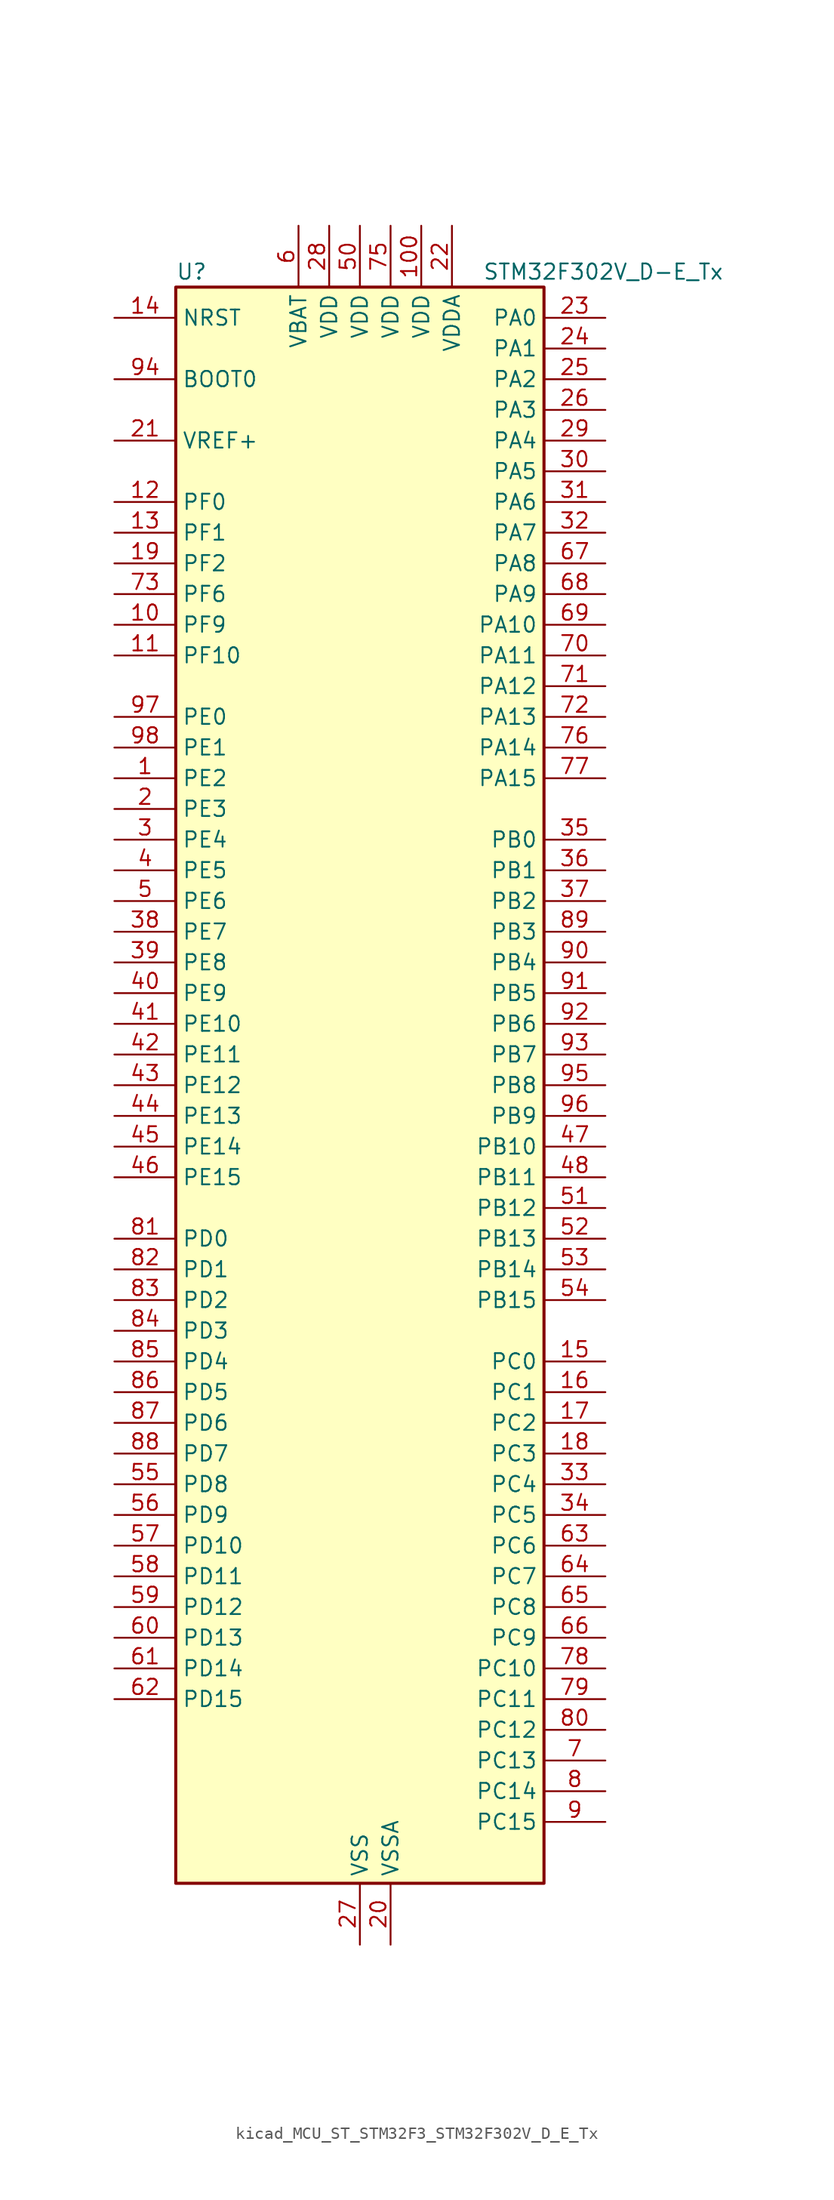
<source format=kicad_sym>
(kicad_symbol_lib
  (version 20220914)
  (generator kicad_symbol_editor)
  (symbol "kicad_MCU_ST_STM32F3_STM32F302V_D_E_Tx"
    (property "Reference" "U"
      (at -15.24 67.31 0)
      (effects (font (size 1.27 1.27)) (justify left)))
    (property "Value" "STM32F302V_D-E_Tx"
      (at 10.16 67.31 0)
      (effects (font (size 1.27 1.27)) (justify left)))
    (property "ki_locked" ""
      (at 0 0 0)
      (effects (font (size 1.27 1.27))))
    (symbol "kicad_MCU_ST_STM32F3_STM32F302V_D_E_Tx_0_1"
      (rectangle (start -15.24 -66.04) (end 15.24 66.04) (stroke (width 0.254) (type default)) (fill (type background))))
    (symbol "kicad_MCU_ST_STM32F3_STM32F302V_D_E_Tx_1_1"
      (pin bidirectional line (at -20.32 25.4 0) (length 5.08) (name "PE2" (effects (font (size 1.27 1.27)))) (number "1" (effects (font (size 1.27 1.27)))) (alternate "FMC_A23" bidirectional line) (alternate "SPI4_SCK" bidirectional line) (alternate "SYS_TRACECK" bidirectional line) (alternate "TIM3_CH1" bidirectional line) (alternate "TSC_G7_IO1" bidirectional line))
      (pin bidirectional line (at -20.32 38.1 0) (length 5.08) (name "PF9" (effects (font (size 1.27 1.27)))) (number "10" (effects (font (size 1.27 1.27)))) (alternate "DAC1_EXTI9" bidirectional line) (alternate "FMC_CD" bidirectional line) (alternate "SPI2_SCK" bidirectional line) (alternate "TIM15_CH1" bidirectional line))
      (pin power_in line (at 5.08 71.12 270) (length 5.08) (name "VDD" (effects (font (size 1.27 1.27)))) (number "100" (effects (font (size 1.27 1.27)))))
      (pin bidirectional line (at -20.32 35.56 0) (length 5.08) (name "PF10" (effects (font (size 1.27 1.27)))) (number "11" (effects (font (size 1.27 1.27)))) (alternate "FMC_INTR" bidirectional line) (alternate "SPI2_SCK" bidirectional line) (alternate "TIM15_CH2" bidirectional line))
      (pin bidirectional line (at -20.32 48.26 0) (length 5.08) (name "PF0" (effects (font (size 1.27 1.27)))) (number "12" (effects (font (size 1.27 1.27)))) (alternate "I2C2_SDA" bidirectional line) (alternate "I2S2_WS" bidirectional line) (alternate "RCC_OSC_IN" bidirectional line) (alternate "SPI2_NSS" bidirectional line) (alternate "TIM1_CH3N" bidirectional line))
      (pin bidirectional line (at -20.32 45.72 0) (length 5.08) (name "PF1" (effects (font (size 1.27 1.27)))) (number "13" (effects (font (size 1.27 1.27)))) (alternate "I2C2_SCL" bidirectional line) (alternate "I2S2_CK" bidirectional line) (alternate "RCC_OSC_OUT" bidirectional line) (alternate "SPI2_SCK" bidirectional line))
      (pin input line (at -20.32 63.5 0) (length 5.08) (name "NRST" (effects (font (size 1.27 1.27)))) (number "14" (effects (font (size 1.27 1.27)))))
      (pin bidirectional line (at 20.32 -22.86 180) (length 5.08) (name "PC0" (effects (font (size 1.27 1.27)))) (number "15" (effects (font (size 1.27 1.27)))) (alternate "ADC1_IN6" bidirectional line) (alternate "ADC2_IN6" bidirectional line) (alternate "TIM1_CH1" bidirectional line))
      (pin bidirectional line (at 20.32 -25.4 180) (length 5.08) (name "PC1" (effects (font (size 1.27 1.27)))) (number "16" (effects (font (size 1.27 1.27)))) (alternate "ADC1_IN7" bidirectional line) (alternate "ADC2_IN7" bidirectional line) (alternate "TIM1_CH2" bidirectional line))
      (pin bidirectional line (at 20.32 -27.94 180) (length 5.08) (name "PC2" (effects (font (size 1.27 1.27)))) (number "17" (effects (font (size 1.27 1.27)))) (alternate "ADC1_IN8" bidirectional line) (alternate "ADC2_IN8" bidirectional line) (alternate "TIM1_CH3" bidirectional line))
      (pin bidirectional line (at 20.32 -30.48 180) (length 5.08) (name "PC3" (effects (font (size 1.27 1.27)))) (number "18" (effects (font (size 1.27 1.27)))) (alternate "ADC1_IN9" bidirectional line) (alternate "ADC2_IN9" bidirectional line) (alternate "TIM1_BKIN2" bidirectional line) (alternate "TIM1_CH4" bidirectional line))
      (pin bidirectional line (at -20.32 43.18 0) (length 5.08) (name "PF2" (effects (font (size 1.27 1.27)))) (number "19" (effects (font (size 1.27 1.27)))) (alternate "ADC1_IN10" bidirectional line) (alternate "ADC2_IN10" bidirectional line) (alternate "FMC_A2" bidirectional line))
      (pin bidirectional line (at -20.32 22.86 0) (length 5.08) (name "PE3" (effects (font (size 1.27 1.27)))) (number "2" (effects (font (size 1.27 1.27)))) (alternate "FMC_A19" bidirectional line) (alternate "SPI4_NSS" bidirectional line) (alternate "SYS_TRACED0" bidirectional line) (alternate "TIM3_CH2" bidirectional line) (alternate "TSC_G7_IO2" bidirectional line))
      (pin power_in line (at 2.54 -71.12 90) (length 5.08) (name "VSSA" (effects (font (size 1.27 1.27)))) (number "20" (effects (font (size 1.27 1.27)))))
      (pin input line (at -20.32 53.34 0) (length 5.08) (name "VREF+" (effects (font (size 1.27 1.27)))) (number "21" (effects (font (size 1.27 1.27)))))
      (pin power_in line (at 7.62 71.12 270) (length 5.08) (name "VDDA" (effects (font (size 1.27 1.27)))) (number "22" (effects (font (size 1.27 1.27)))))
      (pin bidirectional line (at 20.32 63.5 180) (length 5.08) (name "PA0" (effects (font (size 1.27 1.27)))) (number "23" (effects (font (size 1.27 1.27)))) (alternate "ADC1_IN1" bidirectional line) (alternate "COMP1_INM" bidirectional line) (alternate "COMP1_OUT" bidirectional line) (alternate "RTC_TAMP2" bidirectional line) (alternate "SYS_WKUP1" bidirectional line) (alternate "TIM2_CH1" bidirectional line) (alternate "TIM2_ETR" bidirectional line) (alternate "TSC_G1_IO1" bidirectional line) (alternate "USART2_CTS" bidirectional line))
      (pin bidirectional line (at 20.32 60.96 180) (length 5.08) (name "PA1" (effects (font (size 1.27 1.27)))) (number "24" (effects (font (size 1.27 1.27)))) (alternate "ADC1_IN2" bidirectional line) (alternate "COMP1_INP" bidirectional line) (alternate "OPAMP1_VINP" bidirectional line) (alternate "OPAMP1_VINP_SEC" bidirectional line) (alternate "RTC_REFIN" bidirectional line) (alternate "TIM15_CH1N" bidirectional line) (alternate "TIM2_CH2" bidirectional line) (alternate "TSC_G1_IO2" bidirectional line) (alternate "USART2_DE" bidirectional line) (alternate "USART2_RTS" bidirectional line))
      (pin bidirectional line (at 20.32 58.42 180) (length 5.08) (name "PA2" (effects (font (size 1.27 1.27)))) (number "25" (effects (font (size 1.27 1.27)))) (alternate "ADC1_IN3" bidirectional line) (alternate "COMP2_INM" bidirectional line) (alternate "COMP2_OUT" bidirectional line) (alternate "OPAMP1_VOUT" bidirectional line) (alternate "TIM15_CH1" bidirectional line) (alternate "TIM2_CH3" bidirectional line) (alternate "TSC_G1_IO3" bidirectional line) (alternate "USART2_TX" bidirectional line))
      (pin bidirectional line (at 20.32 55.88 180) (length 5.08) (name "PA3" (effects (font (size 1.27 1.27)))) (number "26" (effects (font (size 1.27 1.27)))) (alternate "ADC1_IN4" bidirectional line) (alternate "OPAMP1_VINM" bidirectional line) (alternate "OPAMP1_VINM_SEC" bidirectional line) (alternate "OPAMP1_VINP" bidirectional line) (alternate "OPAMP1_VINP_SEC" bidirectional line) (alternate "TIM15_CH2" bidirectional line) (alternate "TIM2_CH4" bidirectional line) (alternate "TSC_G1_IO4" bidirectional line) (alternate "USART2_RX" bidirectional line))
      (pin power_in line (at 0 -71.12 90) (length 5.08) (name "VSS" (effects (font (size 1.27 1.27)))) (number "27" (effects (font (size 1.27 1.27)))))
      (pin power_in line (at -2.54 71.12 270) (length 5.08) (name "VDD" (effects (font (size 1.27 1.27)))) (number "28" (effects (font (size 1.27 1.27)))))
      (pin bidirectional line (at 20.32 53.34 180) (length 5.08) (name "PA4" (effects (font (size 1.27 1.27)))) (number "29" (effects (font (size 1.27 1.27)))) (alternate "ADC2_IN1" bidirectional line) (alternate "COMP1_INM" bidirectional line) (alternate "COMP2_INM" bidirectional line) (alternate "COMP4_INM" bidirectional line) (alternate "COMP6_INM" bidirectional line) (alternate "DAC1_OUT1" bidirectional line) (alternate "I2S3_WS" bidirectional line) (alternate "SPI1_NSS" bidirectional line) (alternate "SPI3_NSS" bidirectional line) (alternate "TIM3_CH2" bidirectional line) (alternate "TSC_G2_IO1" bidirectional line) (alternate "USART2_CK" bidirectional line))
      (pin bidirectional line (at -20.32 20.32 0) (length 5.08) (name "PE4" (effects (font (size 1.27 1.27)))) (number "3" (effects (font (size 1.27 1.27)))) (alternate "FMC_A20" bidirectional line) (alternate "SPI4_NSS" bidirectional line) (alternate "SYS_TRACED1" bidirectional line) (alternate "TIM3_CH3" bidirectional line) (alternate "TSC_G7_IO3" bidirectional line))
      (pin bidirectional line (at 20.32 50.8 180) (length 5.08) (name "PA5" (effects (font (size 1.27 1.27)))) (number "30" (effects (font (size 1.27 1.27)))) (alternate "ADC2_IN2" bidirectional line) (alternate "COMP1_INM" bidirectional line) (alternate "COMP2_INM" bidirectional line) (alternate "COMP4_INM" bidirectional line) (alternate "COMP6_INM" bidirectional line) (alternate "OPAMP1_VINP" bidirectional line) (alternate "OPAMP1_VINP_SEC" bidirectional line) (alternate "OPAMP2_VINM" bidirectional line) (alternate "OPAMP2_VINM_SEC" bidirectional line) (alternate "SPI1_SCK" bidirectional line) (alternate "TIM2_CH1" bidirectional line) (alternate "TIM2_ETR" bidirectional line) (alternate "TSC_G2_IO2" bidirectional line))
      (pin bidirectional line (at 20.32 48.26 180) (length 5.08) (name "PA6" (effects (font (size 1.27 1.27)))) (number "31" (effects (font (size 1.27 1.27)))) (alternate "ADC2_IN3" bidirectional line) (alternate "COMP1_OUT" bidirectional line) (alternate "OPAMP2_VOUT" bidirectional line) (alternate "SPI1_MISO" bidirectional line) (alternate "TIM16_CH1" bidirectional line) (alternate "TIM1_BKIN" bidirectional line) (alternate "TIM3_CH1" bidirectional line) (alternate "TSC_G2_IO3" bidirectional line))
      (pin bidirectional line (at 20.32 45.72 180) (length 5.08) (name "PA7" (effects (font (size 1.27 1.27)))) (number "32" (effects (font (size 1.27 1.27)))) (alternate "ADC2_IN4" bidirectional line) (alternate "COMP2_INP" bidirectional line) (alternate "OPAMP1_VINP" bidirectional line) (alternate "OPAMP1_VINP_SEC" bidirectional line) (alternate "OPAMP2_VINP" bidirectional line) (alternate "OPAMP2_VINP_SEC" bidirectional line) (alternate "SPI1_MOSI" bidirectional line) (alternate "TIM17_CH1" bidirectional line) (alternate "TIM1_CH1N" bidirectional line) (alternate "TIM3_CH2" bidirectional line) (alternate "TSC_G2_IO4" bidirectional line))
      (pin bidirectional line (at 20.32 -33.02 180) (length 5.08) (name "PC4" (effects (font (size 1.27 1.27)))) (number "33" (effects (font (size 1.27 1.27)))) (alternate "ADC2_IN5" bidirectional line) (alternate "TIM1_ETR" bidirectional line) (alternate "USART1_TX" bidirectional line))
      (pin bidirectional line (at 20.32 -35.56 180) (length 5.08) (name "PC5" (effects (font (size 1.27 1.27)))) (number "34" (effects (font (size 1.27 1.27)))) (alternate "ADC2_IN11" bidirectional line) (alternate "OPAMP1_VINM" bidirectional line) (alternate "OPAMP1_VINM_SEC" bidirectional line) (alternate "OPAMP2_VINM" bidirectional line) (alternate "OPAMP2_VINM_SEC" bidirectional line) (alternate "TIM15_BKIN" bidirectional line) (alternate "TSC_G3_IO1" bidirectional line) (alternate "USART1_RX" bidirectional line))
      (pin bidirectional line (at 20.32 20.32 180) (length 5.08) (name "PB0" (effects (font (size 1.27 1.27)))) (number "35" (effects (font (size 1.27 1.27)))) (alternate "COMP4_INP" bidirectional line) (alternate "OPAMP2_VINP" bidirectional line) (alternate "OPAMP2_VINP_SEC" bidirectional line) (alternate "TIM1_CH2N" bidirectional line) (alternate "TIM3_CH3" bidirectional line) (alternate "TSC_G3_IO2" bidirectional line))
      (pin bidirectional line (at 20.32 17.78 180) (length 5.08) (name "PB1" (effects (font (size 1.27 1.27)))) (number "36" (effects (font (size 1.27 1.27)))) (alternate "COMP4_OUT" bidirectional line) (alternate "TIM1_CH3N" bidirectional line) (alternate "TIM3_CH4" bidirectional line) (alternate "TSC_G3_IO3" bidirectional line))
      (pin bidirectional line (at 20.32 15.24 180) (length 5.08) (name "PB2" (effects (font (size 1.27 1.27)))) (number "37" (effects (font (size 1.27 1.27)))) (alternate "ADC2_IN12" bidirectional line) (alternate "COMP4_INM" bidirectional line) (alternate "TSC_G3_IO4" bidirectional line))
      (pin bidirectional line (at -20.32 12.7 0) (length 5.08) (name "PE7" (effects (font (size 1.27 1.27)))) (number "38" (effects (font (size 1.27 1.27)))) (alternate "FMC_D4" bidirectional line) (alternate "FMC_DA4" bidirectional line) (alternate "TIM1_ETR" bidirectional line))
      (pin bidirectional line (at -20.32 10.16 0) (length 5.08) (name "PE8" (effects (font (size 1.27 1.27)))) (number "39" (effects (font (size 1.27 1.27)))) (alternate "COMP4_INM" bidirectional line) (alternate "FMC_D5" bidirectional line) (alternate "FMC_DA5" bidirectional line) (alternate "TIM1_CH1N" bidirectional line))
      (pin bidirectional line (at -20.32 17.78 0) (length 5.08) (name "PE5" (effects (font (size 1.27 1.27)))) (number "4" (effects (font (size 1.27 1.27)))) (alternate "FMC_A21" bidirectional line) (alternate "SPI4_MISO" bidirectional line) (alternate "SYS_TRACED2" bidirectional line) (alternate "TIM3_CH4" bidirectional line) (alternate "TSC_G7_IO4" bidirectional line))
      (pin bidirectional line (at -20.32 7.62 0) (length 5.08) (name "PE9" (effects (font (size 1.27 1.27)))) (number "40" (effects (font (size 1.27 1.27)))) (alternate "DAC1_EXTI9" bidirectional line) (alternate "FMC_D6" bidirectional line) (alternate "FMC_DA6" bidirectional line) (alternate "TIM1_CH1" bidirectional line))
      (pin bidirectional line (at -20.32 5.08 0) (length 5.08) (name "PE10" (effects (font (size 1.27 1.27)))) (number "41" (effects (font (size 1.27 1.27)))) (alternate "FMC_D7" bidirectional line) (alternate "FMC_DA7" bidirectional line) (alternate "TIM1_CH2N" bidirectional line))
      (pin bidirectional line (at -20.32 2.54 0) (length 5.08) (name "PE11" (effects (font (size 1.27 1.27)))) (number "42" (effects (font (size 1.27 1.27)))) (alternate "ADC1_EXTI11" bidirectional line) (alternate "ADC2_EXTI11" bidirectional line) (alternate "FMC_D8" bidirectional line) (alternate "FMC_DA8" bidirectional line) (alternate "SPI4_NSS" bidirectional line) (alternate "TIM1_CH2" bidirectional line))
      (pin bidirectional line (at -20.32 0 0) (length 5.08) (name "PE12" (effects (font (size 1.27 1.27)))) (number "43" (effects (font (size 1.27 1.27)))) (alternate "FMC_D9" bidirectional line) (alternate "FMC_DA9" bidirectional line) (alternate "SPI4_SCK" bidirectional line) (alternate "TIM1_CH3N" bidirectional line))
      (pin bidirectional line (at -20.32 -2.54 0) (length 5.08) (name "PE13" (effects (font (size 1.27 1.27)))) (number "44" (effects (font (size 1.27 1.27)))) (alternate "FMC_D10" bidirectional line) (alternate "FMC_DA10" bidirectional line) (alternate "SPI4_MISO" bidirectional line) (alternate "TIM1_CH3" bidirectional line))
      (pin bidirectional line (at -20.32 -5.08 0) (length 5.08) (name "PE14" (effects (font (size 1.27 1.27)))) (number "45" (effects (font (size 1.27 1.27)))) (alternate "FMC_D11" bidirectional line) (alternate "FMC_DA11" bidirectional line) (alternate "SPI4_MOSI" bidirectional line) (alternate "TIM1_BKIN2" bidirectional line) (alternate "TIM1_CH4" bidirectional line))
      (pin bidirectional line (at -20.32 -7.62 0) (length 5.08) (name "PE15" (effects (font (size 1.27 1.27)))) (number "46" (effects (font (size 1.27 1.27)))) (alternate "ADC1_EXTI15" bidirectional line) (alternate "ADC2_EXTI15" bidirectional line) (alternate "FMC_D12" bidirectional line) (alternate "FMC_DA12" bidirectional line) (alternate "TIM1_BKIN" bidirectional line) (alternate "USART3_RX" bidirectional line))
      (pin bidirectional line (at 20.32 -5.08 180) (length 5.08) (name "PB10" (effects (font (size 1.27 1.27)))) (number "47" (effects (font (size 1.27 1.27)))) (alternate "TIM2_CH3" bidirectional line) (alternate "TSC_SYNC" bidirectional line) (alternate "USART3_TX" bidirectional line))
      (pin bidirectional line (at 20.32 -7.62 180) (length 5.08) (name "PB11" (effects (font (size 1.27 1.27)))) (number "48" (effects (font (size 1.27 1.27)))) (alternate "ADC1_EXTI11" bidirectional line) (alternate "ADC1_IN14" bidirectional line) (alternate "ADC2_EXTI11" bidirectional line) (alternate "ADC2_IN14" bidirectional line) (alternate "COMP6_INP" bidirectional line) (alternate "TIM2_CH4" bidirectional line) (alternate "TSC_G6_IO1" bidirectional line) (alternate "USART3_RX" bidirectional line))
      (pin passive line (at 0 -71.12 90) (length 5.08) hide (name "VSS" (effects (font (size 1.27 1.27)))) (number "49" (effects (font (size 1.27 1.27)))))
      (pin bidirectional line (at -20.32 15.24 0) (length 5.08) (name "PE6" (effects (font (size 1.27 1.27)))) (number "5" (effects (font (size 1.27 1.27)))) (alternate "FMC_A22" bidirectional line) (alternate "RTC_TAMP3" bidirectional line) (alternate "SPI4_MOSI" bidirectional line) (alternate "SYS_TRACED3" bidirectional line) (alternate "SYS_WKUP3" bidirectional line))
      (pin power_in line (at 0 71.12 270) (length 5.08) (name "VDD" (effects (font (size 1.27 1.27)))) (number "50" (effects (font (size 1.27 1.27)))))
      (pin bidirectional line (at 20.32 -10.16 180) (length 5.08) (name "PB12" (effects (font (size 1.27 1.27)))) (number "51" (effects (font (size 1.27 1.27)))) (alternate "I2C2_SMBA" bidirectional line) (alternate "I2S2_WS" bidirectional line) (alternate "SPI2_NSS" bidirectional line) (alternate "TIM1_BKIN" bidirectional line) (alternate "TSC_G6_IO2" bidirectional line) (alternate "USART3_CK" bidirectional line))
      (pin bidirectional line (at 20.32 -12.7 180) (length 5.08) (name "PB13" (effects (font (size 1.27 1.27)))) (number "52" (effects (font (size 1.27 1.27)))) (alternate "I2S2_CK" bidirectional line) (alternate "SPI2_SCK" bidirectional line) (alternate "TIM1_CH1N" bidirectional line) (alternate "TSC_G6_IO3" bidirectional line) (alternate "USART3_CTS" bidirectional line))
      (pin bidirectional line (at 20.32 -15.24 180) (length 5.08) (name "PB14" (effects (font (size 1.27 1.27)))) (number "53" (effects (font (size 1.27 1.27)))) (alternate "I2S2_ext_SD" bidirectional line) (alternate "OPAMP2_VINP" bidirectional line) (alternate "OPAMP2_VINP_SEC" bidirectional line) (alternate "SPI2_MISO" bidirectional line) (alternate "TIM15_CH1" bidirectional line) (alternate "TIM1_CH2N" bidirectional line) (alternate "TSC_G6_IO4" bidirectional line) (alternate "USART3_DE" bidirectional line) (alternate "USART3_RTS" bidirectional line))
      (pin bidirectional line (at 20.32 -17.78 180) (length 5.08) (name "PB15" (effects (font (size 1.27 1.27)))) (number "54" (effects (font (size 1.27 1.27)))) (alternate "ADC1_EXTI15" bidirectional line) (alternate "ADC2_EXTI15" bidirectional line) (alternate "COMP6_INM" bidirectional line) (alternate "I2S2_SD" bidirectional line) (alternate "RTC_REFIN" bidirectional line) (alternate "SPI2_MOSI" bidirectional line) (alternate "TIM15_CH1N" bidirectional line) (alternate "TIM15_CH2" bidirectional line) (alternate "TIM1_CH3N" bidirectional line))
      (pin bidirectional line (at -20.32 -33.02 0) (length 5.08) (name "PD8" (effects (font (size 1.27 1.27)))) (number "55" (effects (font (size 1.27 1.27)))) (alternate "FMC_D13" bidirectional line) (alternate "FMC_DA13" bidirectional line) (alternate "USART3_TX" bidirectional line))
      (pin bidirectional line (at -20.32 -35.56 0) (length 5.08) (name "PD9" (effects (font (size 1.27 1.27)))) (number "56" (effects (font (size 1.27 1.27)))) (alternate "DAC1_EXTI9" bidirectional line) (alternate "FMC_D14" bidirectional line) (alternate "FMC_DA14" bidirectional line) (alternate "USART3_RX" bidirectional line))
      (pin bidirectional line (at -20.32 -38.1 0) (length 5.08) (name "PD10" (effects (font (size 1.27 1.27)))) (number "57" (effects (font (size 1.27 1.27)))) (alternate "COMP6_INM" bidirectional line) (alternate "FMC_D15" bidirectional line) (alternate "FMC_DA15" bidirectional line) (alternate "USART3_CK" bidirectional line))
      (pin bidirectional line (at -20.32 -40.64 0) (length 5.08) (name "PD11" (effects (font (size 1.27 1.27)))) (number "58" (effects (font (size 1.27 1.27)))) (alternate "ADC1_EXTI11" bidirectional line) (alternate "ADC2_EXTI11" bidirectional line) (alternate "FMC_A16" bidirectional line) (alternate "FMC_CLE" bidirectional line) (alternate "USART3_CTS" bidirectional line))
      (pin bidirectional line (at -20.32 -43.18 0) (length 5.08) (name "PD12" (effects (font (size 1.27 1.27)))) (number "59" (effects (font (size 1.27 1.27)))) (alternate "FMC_A17" bidirectional line) (alternate "FMC_ALE" bidirectional line) (alternate "TIM4_CH1" bidirectional line) (alternate "TSC_G8_IO1" bidirectional line) (alternate "USART3_DE" bidirectional line) (alternate "USART3_RTS" bidirectional line))
      (pin power_in line (at -5.08 71.12 270) (length 5.08) (name "VBAT" (effects (font (size 1.27 1.27)))) (number "6" (effects (font (size 1.27 1.27)))))
      (pin bidirectional line (at -20.32 -45.72 0) (length 5.08) (name "PD13" (effects (font (size 1.27 1.27)))) (number "60" (effects (font (size 1.27 1.27)))) (alternate "FMC_A18" bidirectional line) (alternate "TIM4_CH2" bidirectional line) (alternate "TSC_G8_IO2" bidirectional line))
      (pin bidirectional line (at -20.32 -48.26 0) (length 5.08) (name "PD14" (effects (font (size 1.27 1.27)))) (number "61" (effects (font (size 1.27 1.27)))) (alternate "FMC_D0" bidirectional line) (alternate "FMC_DA0" bidirectional line) (alternate "OPAMP2_VINP" bidirectional line) (alternate "OPAMP2_VINP_SEC" bidirectional line) (alternate "TIM4_CH3" bidirectional line) (alternate "TSC_G8_IO3" bidirectional line))
      (pin bidirectional line (at -20.32 -50.8 0) (length 5.08) (name "PD15" (effects (font (size 1.27 1.27)))) (number "62" (effects (font (size 1.27 1.27)))) (alternate "ADC1_EXTI15" bidirectional line) (alternate "ADC2_EXTI15" bidirectional line) (alternate "FMC_D1" bidirectional line) (alternate "FMC_DA1" bidirectional line) (alternate "SPI2_NSS" bidirectional line) (alternate "TIM4_CH4" bidirectional line) (alternate "TSC_G8_IO4" bidirectional line))
      (pin bidirectional line (at 20.32 -38.1 180) (length 5.08) (name "PC6" (effects (font (size 1.27 1.27)))) (number "63" (effects (font (size 1.27 1.27)))) (alternate "COMP6_OUT" bidirectional line) (alternate "I2S2_MCK" bidirectional line) (alternate "TIM3_CH1" bidirectional line))
      (pin bidirectional line (at 20.32 -40.64 180) (length 5.08) (name "PC7" (effects (font (size 1.27 1.27)))) (number "64" (effects (font (size 1.27 1.27)))) (alternate "I2S3_MCK" bidirectional line) (alternate "TIM3_CH2" bidirectional line))
      (pin bidirectional line (at 20.32 -43.18 180) (length 5.08) (name "PC8" (effects (font (size 1.27 1.27)))) (number "65" (effects (font (size 1.27 1.27)))) (alternate "TIM3_CH3" bidirectional line))
      (pin bidirectional line (at 20.32 -45.72 180) (length 5.08) (name "PC9" (effects (font (size 1.27 1.27)))) (number "66" (effects (font (size 1.27 1.27)))) (alternate "DAC1_EXTI9" bidirectional line) (alternate "I2C3_SDA" bidirectional line) (alternate "I2S_CKIN" bidirectional line) (alternate "TIM3_CH4" bidirectional line))
      (pin bidirectional line (at 20.32 43.18 180) (length 5.08) (name "PA8" (effects (font (size 1.27 1.27)))) (number "67" (effects (font (size 1.27 1.27)))) (alternate "I2C2_SMBA" bidirectional line) (alternate "I2C3_SCL" bidirectional line) (alternate "I2S2_MCK" bidirectional line) (alternate "RCC_MCO" bidirectional line) (alternate "TIM1_CH1" bidirectional line) (alternate "TIM4_ETR" bidirectional line) (alternate "USART1_CK" bidirectional line))
      (pin bidirectional line (at 20.32 40.64 180) (length 5.08) (name "PA9" (effects (font (size 1.27 1.27)))) (number "68" (effects (font (size 1.27 1.27)))) (alternate "DAC1_EXTI9" bidirectional line) (alternate "I2C2_SCL" bidirectional line) (alternate "I2C3_SMBA" bidirectional line) (alternate "I2S3_MCK" bidirectional line) (alternate "TIM15_BKIN" bidirectional line) (alternate "TIM1_CH2" bidirectional line) (alternate "TIM2_CH3" bidirectional line) (alternate "TSC_G4_IO1" bidirectional line) (alternate "USART1_TX" bidirectional line))
      (pin bidirectional line (at 20.32 38.1 180) (length 5.08) (name "PA10" (effects (font (size 1.27 1.27)))) (number "69" (effects (font (size 1.27 1.27)))) (alternate "COMP6_OUT" bidirectional line) (alternate "I2C2_SDA" bidirectional line) (alternate "I2S2_ext_SD" bidirectional line) (alternate "SPI2_MISO" bidirectional line) (alternate "TIM17_BKIN" bidirectional line) (alternate "TIM1_CH3" bidirectional line) (alternate "TIM2_CH4" bidirectional line) (alternate "TSC_G4_IO2" bidirectional line) (alternate "USART1_RX" bidirectional line))
      (pin bidirectional line (at 20.32 -55.88 180) (length 5.08) (name "PC13" (effects (font (size 1.27 1.27)))) (number "7" (effects (font (size 1.27 1.27)))) (alternate "RTC_OUT_ALARM" bidirectional line) (alternate "RTC_OUT_CALIB" bidirectional line) (alternate "RTC_TAMP1" bidirectional line) (alternate "RTC_TS" bidirectional line) (alternate "SYS_WKUP2" bidirectional line) (alternate "TIM1_CH1N" bidirectional line))
      (pin bidirectional line (at 20.32 35.56 180) (length 5.08) (name "PA11" (effects (font (size 1.27 1.27)))) (number "70" (effects (font (size 1.27 1.27)))) (alternate "ADC1_EXTI11" bidirectional line) (alternate "ADC2_EXTI11" bidirectional line) (alternate "CAN_RX" bidirectional line) (alternate "COMP1_OUT" bidirectional line) (alternate "I2S2_SD" bidirectional line) (alternate "SPI2_MOSI" bidirectional line) (alternate "TIM1_BKIN2" bidirectional line) (alternate "TIM1_CH1N" bidirectional line) (alternate "TIM1_CH4" bidirectional line) (alternate "TIM4_CH1" bidirectional line) (alternate "USART1_CTS" bidirectional line) (alternate "USB_DM" bidirectional line))
      (pin bidirectional line (at 20.32 33.02 180) (length 5.08) (name "PA12" (effects (font (size 1.27 1.27)))) (number "71" (effects (font (size 1.27 1.27)))) (alternate "CAN_TX" bidirectional line) (alternate "COMP2_OUT" bidirectional line) (alternate "I2S_CKIN" bidirectional line) (alternate "TIM16_CH1" bidirectional line) (alternate "TIM1_CH2N" bidirectional line) (alternate "TIM1_ETR" bidirectional line) (alternate "TIM4_CH2" bidirectional line) (alternate "USART1_DE" bidirectional line) (alternate "USART1_RTS" bidirectional line) (alternate "USB_DP" bidirectional line))
      (pin bidirectional line (at 20.32 30.48 180) (length 5.08) (name "PA13" (effects (font (size 1.27 1.27)))) (number "72" (effects (font (size 1.27 1.27)))) (alternate "IR_OUT" bidirectional line) (alternate "SYS_JTMS-SWDIO" bidirectional line) (alternate "TIM16_CH1N" bidirectional line) (alternate "TIM4_CH3" bidirectional line) (alternate "TSC_G4_IO3" bidirectional line) (alternate "USART3_CTS" bidirectional line))
      (pin bidirectional line (at -20.32 40.64 0) (length 5.08) (name "PF6" (effects (font (size 1.27 1.27)))) (number "73" (effects (font (size 1.27 1.27)))) (alternate "FMC_NIORD" bidirectional line) (alternate "I2C2_SCL" bidirectional line) (alternate "TIM4_CH4" bidirectional line) (alternate "USART3_DE" bidirectional line) (alternate "USART3_RTS" bidirectional line))
      (pin passive line (at 0 -71.12 90) (length 5.08) hide (name "VSS" (effects (font (size 1.27 1.27)))) (number "74" (effects (font (size 1.27 1.27)))))
      (pin power_in line (at 2.54 71.12 270) (length 5.08) (name "VDD" (effects (font (size 1.27 1.27)))) (number "75" (effects (font (size 1.27 1.27)))))
      (pin bidirectional line (at 20.32 27.94 180) (length 5.08) (name "PA14" (effects (font (size 1.27 1.27)))) (number "76" (effects (font (size 1.27 1.27)))) (alternate "I2C1_SDA" bidirectional line) (alternate "SYS_JTCK-SWCLK" bidirectional line) (alternate "TIM1_BKIN" bidirectional line) (alternate "TSC_G4_IO4" bidirectional line) (alternate "USART2_TX" bidirectional line))
      (pin bidirectional line (at 20.32 25.4 180) (length 5.08) (name "PA15" (effects (font (size 1.27 1.27)))) (number "77" (effects (font (size 1.27 1.27)))) (alternate "ADC1_EXTI15" bidirectional line) (alternate "ADC2_EXTI15" bidirectional line) (alternate "I2C1_SCL" bidirectional line) (alternate "I2S3_WS" bidirectional line) (alternate "SPI1_NSS" bidirectional line) (alternate "SPI3_NSS" bidirectional line) (alternate "SYS_JTDI" bidirectional line) (alternate "TIM1_BKIN" bidirectional line) (alternate "TIM2_CH1" bidirectional line) (alternate "TIM2_ETR" bidirectional line) (alternate "TSC_SYNC" bidirectional line) (alternate "USART2_RX" bidirectional line))
      (pin bidirectional line (at 20.32 -48.26 180) (length 5.08) (name "PC10" (effects (font (size 1.27 1.27)))) (number "78" (effects (font (size 1.27 1.27)))) (alternate "I2S3_CK" bidirectional line) (alternate "SPI3_SCK" bidirectional line) (alternate "UART4_TX" bidirectional line) (alternate "USART3_TX" bidirectional line))
      (pin bidirectional line (at 20.32 -50.8 180) (length 5.08) (name "PC11" (effects (font (size 1.27 1.27)))) (number "79" (effects (font (size 1.27 1.27)))) (alternate "ADC1_EXTI11" bidirectional line) (alternate "ADC2_EXTI11" bidirectional line) (alternate "I2S3_ext_SD" bidirectional line) (alternate "SPI3_MISO" bidirectional line) (alternate "UART4_RX" bidirectional line) (alternate "USART3_RX" bidirectional line))
      (pin bidirectional line (at 20.32 -58.42 180) (length 5.08) (name "PC14" (effects (font (size 1.27 1.27)))) (number "8" (effects (font (size 1.27 1.27)))) (alternate "RCC_OSC32_IN" bidirectional line))
      (pin bidirectional line (at 20.32 -53.34 180) (length 5.08) (name "PC12" (effects (font (size 1.27 1.27)))) (number "80" (effects (font (size 1.27 1.27)))) (alternate "I2S3_SD" bidirectional line) (alternate "SPI3_MOSI" bidirectional line) (alternate "UART5_TX" bidirectional line) (alternate "USART3_CK" bidirectional line))
      (pin bidirectional line (at -20.32 -12.7 0) (length 5.08) (name "PD0" (effects (font (size 1.27 1.27)))) (number "81" (effects (font (size 1.27 1.27)))) (alternate "CAN_RX" bidirectional line) (alternate "FMC_D2" bidirectional line) (alternate "FMC_DA2" bidirectional line))
      (pin bidirectional line (at -20.32 -15.24 0) (length 5.08) (name "PD1" (effects (font (size 1.27 1.27)))) (number "82" (effects (font (size 1.27 1.27)))) (alternate "CAN_TX" bidirectional line) (alternate "FMC_D3" bidirectional line) (alternate "FMC_DA3" bidirectional line))
      (pin bidirectional line (at -20.32 -17.78 0) (length 5.08) (name "PD2" (effects (font (size 1.27 1.27)))) (number "83" (effects (font (size 1.27 1.27)))) (alternate "TIM3_ETR" bidirectional line) (alternate "UART5_RX" bidirectional line))
      (pin bidirectional line (at -20.32 -20.32 0) (length 5.08) (name "PD3" (effects (font (size 1.27 1.27)))) (number "84" (effects (font (size 1.27 1.27)))) (alternate "FMC_CLK" bidirectional line) (alternate "TIM2_CH1" bidirectional line) (alternate "TIM2_ETR" bidirectional line) (alternate "USART2_CTS" bidirectional line))
      (pin bidirectional line (at -20.32 -22.86 0) (length 5.08) (name "PD4" (effects (font (size 1.27 1.27)))) (number "85" (effects (font (size 1.27 1.27)))) (alternate "FMC_NOE" bidirectional line) (alternate "TIM2_CH2" bidirectional line) (alternate "USART2_DE" bidirectional line) (alternate "USART2_RTS" bidirectional line))
      (pin bidirectional line (at -20.32 -25.4 0) (length 5.08) (name "PD5" (effects (font (size 1.27 1.27)))) (number "86" (effects (font (size 1.27 1.27)))) (alternate "FMC_NWE" bidirectional line) (alternate "USART2_TX" bidirectional line))
      (pin bidirectional line (at -20.32 -27.94 0) (length 5.08) (name "PD6" (effects (font (size 1.27 1.27)))) (number "87" (effects (font (size 1.27 1.27)))) (alternate "FMC_NWAIT" bidirectional line) (alternate "TIM2_CH4" bidirectional line) (alternate "USART2_RX" bidirectional line))
      (pin bidirectional line (at -20.32 -30.48 0) (length 5.08) (name "PD7" (effects (font (size 1.27 1.27)))) (number "88" (effects (font (size 1.27 1.27)))) (alternate "FMC_NCE2" bidirectional line) (alternate "FMC_NE1" bidirectional line) (alternate "TIM2_CH3" bidirectional line) (alternate "USART2_CK" bidirectional line))
      (pin bidirectional line (at 20.32 12.7 180) (length 5.08) (name "PB3" (effects (font (size 1.27 1.27)))) (number "89" (effects (font (size 1.27 1.27)))) (alternate "I2S3_CK" bidirectional line) (alternate "SPI1_SCK" bidirectional line) (alternate "SPI3_SCK" bidirectional line) (alternate "SYS_JTDO-TRACESWO" bidirectional line) (alternate "TIM2_CH2" bidirectional line) (alternate "TIM3_ETR" bidirectional line) (alternate "TIM4_ETR" bidirectional line) (alternate "TSC_G5_IO1" bidirectional line) (alternate "USART2_TX" bidirectional line))
      (pin bidirectional line (at 20.32 -60.96 180) (length 5.08) (name "PC15" (effects (font (size 1.27 1.27)))) (number "9" (effects (font (size 1.27 1.27)))) (alternate "ADC1_EXTI15" bidirectional line) (alternate "ADC2_EXTI15" bidirectional line) (alternate "RCC_OSC32_OUT" bidirectional line))
      (pin bidirectional line (at 20.32 10.16 180) (length 5.08) (name "PB4" (effects (font (size 1.27 1.27)))) (number "90" (effects (font (size 1.27 1.27)))) (alternate "I2S3_ext_SD" bidirectional line) (alternate "SPI1_MISO" bidirectional line) (alternate "SPI3_MISO" bidirectional line) (alternate "SYS_NJTRST" bidirectional line) (alternate "TIM16_CH1" bidirectional line) (alternate "TIM17_BKIN" bidirectional line) (alternate "TIM3_CH1" bidirectional line) (alternate "TSC_G5_IO2" bidirectional line) (alternate "USART2_RX" bidirectional line))
      (pin bidirectional line (at 20.32 7.62 180) (length 5.08) (name "PB5" (effects (font (size 1.27 1.27)))) (number "91" (effects (font (size 1.27 1.27)))) (alternate "I2C1_SMBA" bidirectional line) (alternate "I2C3_SDA" bidirectional line) (alternate "I2S3_SD" bidirectional line) (alternate "SPI1_MOSI" bidirectional line) (alternate "SPI3_MOSI" bidirectional line) (alternate "TIM16_BKIN" bidirectional line) (alternate "TIM17_CH1" bidirectional line) (alternate "TIM3_CH2" bidirectional line) (alternate "USART2_CK" bidirectional line))
      (pin bidirectional line (at 20.32 5.08 180) (length 5.08) (name "PB6" (effects (font (size 1.27 1.27)))) (number "92" (effects (font (size 1.27 1.27)))) (alternate "I2C1_SCL" bidirectional line) (alternate "TIM16_CH1N" bidirectional line) (alternate "TIM4_CH1" bidirectional line) (alternate "TSC_G5_IO3" bidirectional line) (alternate "USART1_TX" bidirectional line))
      (pin bidirectional line (at 20.32 2.54 180) (length 5.08) (name "PB7" (effects (font (size 1.27 1.27)))) (number "93" (effects (font (size 1.27 1.27)))) (alternate "FMC_NL" bidirectional line) (alternate "I2C1_SDA" bidirectional line) (alternate "TIM17_CH1N" bidirectional line) (alternate "TIM3_CH4" bidirectional line) (alternate "TIM4_CH2" bidirectional line) (alternate "TSC_G5_IO4" bidirectional line) (alternate "USART1_RX" bidirectional line))
      (pin input line (at -20.32 58.42 0) (length 5.08) (name "BOOT0" (effects (font (size 1.27 1.27)))) (number "94" (effects (font (size 1.27 1.27)))))
      (pin bidirectional line (at 20.32 0 180) (length 5.08) (name "PB8" (effects (font (size 1.27 1.27)))) (number "95" (effects (font (size 1.27 1.27)))) (alternate "CAN_RX" bidirectional line) (alternate "COMP1_OUT" bidirectional line) (alternate "I2C1_SCL" bidirectional line) (alternate "TIM16_CH1" bidirectional line) (alternate "TIM1_BKIN" bidirectional line) (alternate "TIM4_CH3" bidirectional line) (alternate "TSC_SYNC" bidirectional line) (alternate "USART3_RX" bidirectional line))
      (pin bidirectional line (at 20.32 -2.54 180) (length 5.08) (name "PB9" (effects (font (size 1.27 1.27)))) (number "96" (effects (font (size 1.27 1.27)))) (alternate "CAN_TX" bidirectional line) (alternate "COMP2_OUT" bidirectional line) (alternate "DAC1_EXTI9" bidirectional line) (alternate "I2C1_SDA" bidirectional line) (alternate "IR_OUT" bidirectional line) (alternate "TIM17_CH1" bidirectional line) (alternate "TIM4_CH4" bidirectional line) (alternate "USART3_TX" bidirectional line))
      (pin bidirectional line (at -20.32 30.48 0) (length 5.08) (name "PE0" (effects (font (size 1.27 1.27)))) (number "97" (effects (font (size 1.27 1.27)))) (alternate "FMC_NBL0" bidirectional line) (alternate "TIM16_CH1" bidirectional line) (alternate "TIM4_ETR" bidirectional line) (alternate "USART1_TX" bidirectional line))
      (pin bidirectional line (at -20.32 27.94 0) (length 5.08) (name "PE1" (effects (font (size 1.27 1.27)))) (number "98" (effects (font (size 1.27 1.27)))) (alternate "FMC_NBL1" bidirectional line) (alternate "TIM17_CH1" bidirectional line) (alternate "USART1_RX" bidirectional line))
      (pin passive line (at 0 -71.12 90) (length 5.08) hide (name "VSS" (effects (font (size 1.27 1.27)))) (number "99" (effects (font (size 1.27 1.27))))))))
</source>
